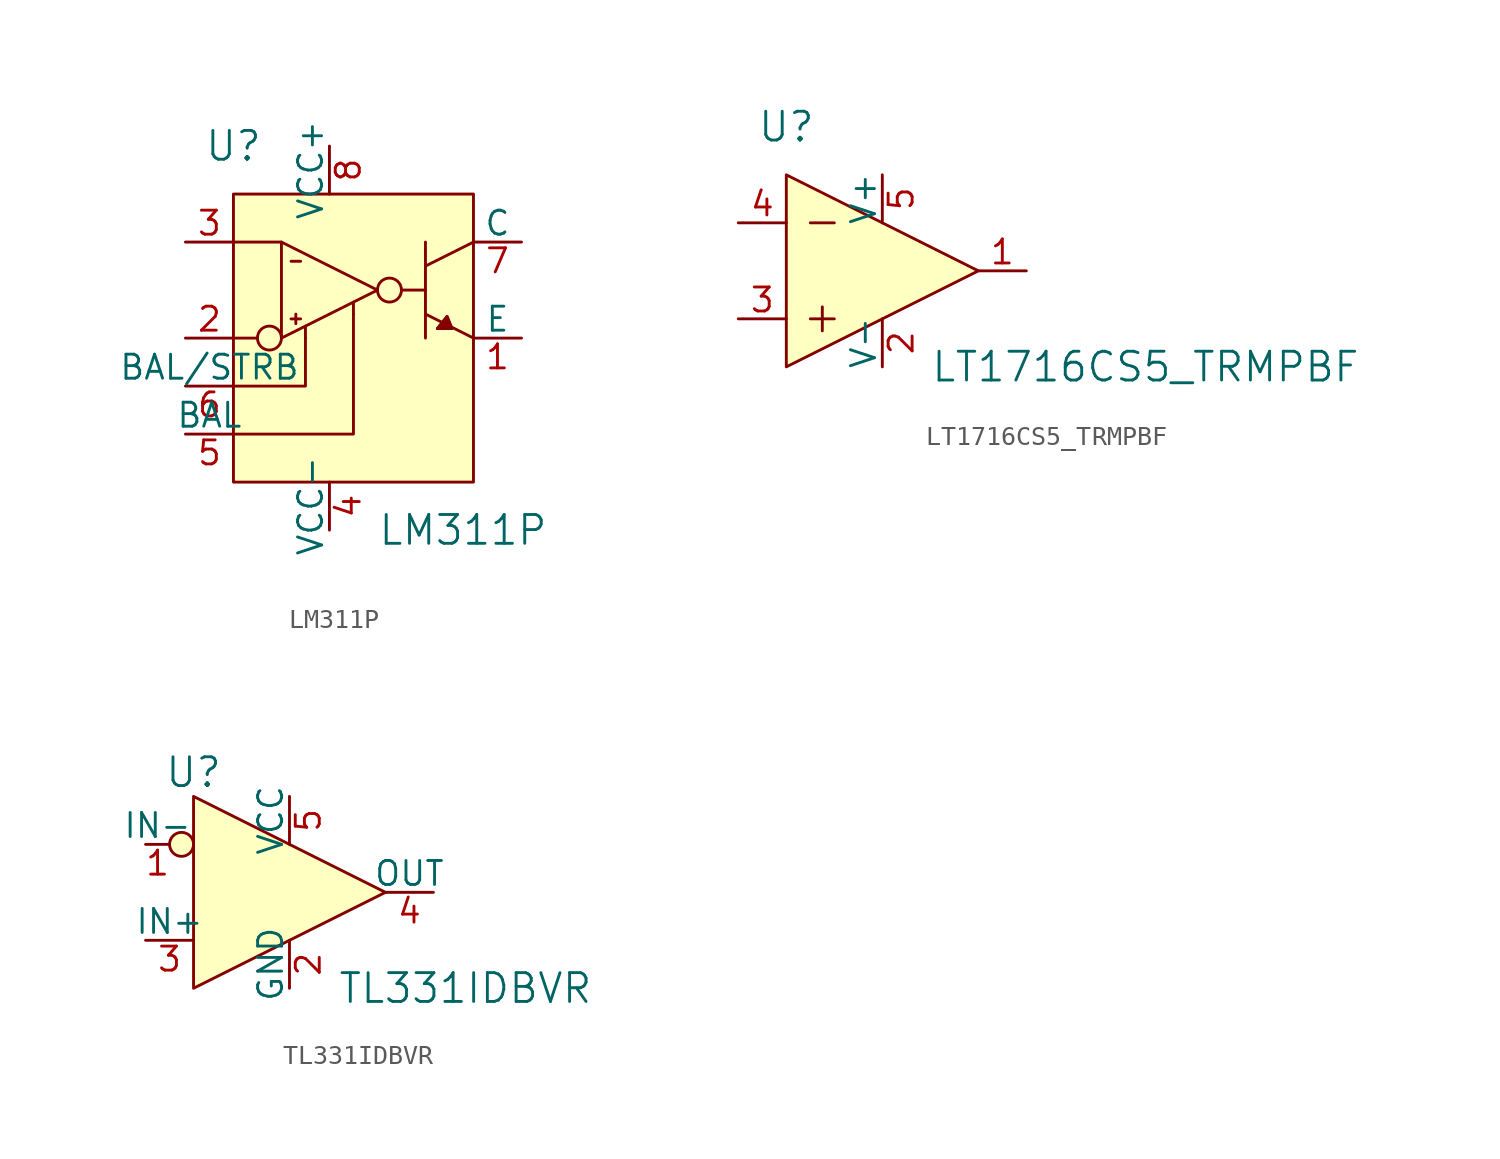
<source format=kicad_sym>
(kicad_symbol_lib
  (version 20220914)
  (generator kicad_symbol_editor)
  (symbol "LM311P"
    (pin_names
      (offset 0))
    (property "Reference" "U"
      (at -5.08 7.62 0)
      (effects (font (size 1.524 1.524))))
    (property "Value" "LM311P"
      (at 2.54 -12.7 0)
      (effects (font (size 1.524 1.524)) (justify left)))
    (symbol "LM311P_0_1"
      (rectangle (start -5.08 5.08) (end 7.62 -10.16) (stroke (width 0) (type solid)) (fill (type background)))
      (circle (center -3.175 -2.54) (radius 0.635) (stroke (width 0) (type solid)) (fill (type none)))
      (polyline (pts (xy -5.08 -2.54) (xy -3.81 -2.54)) (stroke (width 0) (type solid)) (fill (type none)))
      (polyline (pts (xy -2.54 2.54) (xy -5.08 2.54)) (stroke (width 0) (type solid)) (fill (type none)))
      (polyline (pts (xy -2.032 -1.524) (xy -1.524 -1.524)) (stroke (width 0) (type solid)) (fill (type none)))
      (polyline (pts (xy -2.032 1.524) (xy -1.524 1.524)) (stroke (width 0) (type solid)) (fill (type none)))
      (polyline (pts (xy -1.778 -1.27) (xy -1.778 -1.778)) (stroke (width 0) (type solid)) (fill (type none)))
      (polyline (pts (xy -1.27 -1.905) (xy -1.27 -2.54)) (stroke (width 0) (type solid)) (fill (type none)))
      (polyline (pts (xy 1.27 -0.635) (xy 1.27 -1.27)) (stroke (width 0) (type solid)) (fill (type none)))
      (polyline (pts (xy 5.08 0) (xy 3.81 0)) (stroke (width 0) (type solid)) (fill (type none)))
      (polyline (pts (xy 5.08 2.54) (xy 5.08 -2.54)) (stroke (width 0) (type solid)) (fill (type none)))
      (polyline (pts (xy 6.477 -2.032) (xy 5.715 -2.032)) (stroke (width 0) (type solid)) (fill (type none)))
      (polyline (pts (xy 7.62 -2.54) (xy 5.08 -1.27)) (stroke (width 0) (type solid)) (fill (type none)))
      (polyline (pts (xy 7.62 2.54) (xy 5.08 1.27)) (stroke (width 0) (type solid)) (fill (type none)))
      (polyline (pts (xy -5.08 -7.62) (xy 1.27 -7.62) (xy 1.27 -1.27)) (stroke (width 0) (type solid)) (fill (type none)))
      (polyline (pts (xy -5.08 -5.08) (xy -1.27 -5.08) (xy -1.27 -2.54)) (stroke (width 0) (type solid)) (fill (type none)))
      (polyline (pts (xy 6.477 -2.032) (xy 6.223 -1.397) (xy 5.715 -2.032)) (stroke (width 0) (type solid)) (fill (type none)))
      (polyline (pts (xy -2.54 2.54) (xy -2.54 -2.54) (xy 2.54 0) (xy -2.54 2.54)) (stroke (width 0) (type solid)) (fill (type none)))
      (polyline (pts (xy 6.477 -2.032) (xy 6.223 -1.397) (xy 5.715 -2.032) (xy 6.477 -2.032)) (stroke (width 0) (type solid)) (fill (type outline)))
      (circle (center 3.175 0) (radius 0.635) (stroke (width 0) (type solid)) (fill (type none))))
    (symbol "LM311P_1_1"
      (pin output line (at 10.16 -2.54 180) (length 2.54) (name "E" (effects (font (size 1.27 1.27)))) (number "1" (effects (font (size 1.27 1.27)))))
      (pin input line (at -7.62 -2.54 0) (length 2.54) (name "~" (effects (font (size 1.27 1.27)))) (number "2" (effects (font (size 1.27 1.27)))))
      (pin input line (at -7.62 2.54 0) (length 2.54) (name "~" (effects (font (size 1.27 1.27)))) (number "3" (effects (font (size 1.27 1.27)))))
      (pin power_in line (at 0 -12.7 90) (length 2.54) (name "VCC-" (effects (font (size 1.27 1.27)))) (number "4" (effects (font (size 1.27 1.27)))))
      (pin input line (at -7.62 -7.62 0) (length 2.54) (name "BAL" (effects (font (size 1.27 1.27)))) (number "5" (effects (font (size 1.27 1.27)))))
      (pin input line (at -7.62 -5.08 0) (length 2.54) (name "BAL/STRB" (effects (font (size 1.27 1.27)))) (number "6" (effects (font (size 1.27 1.27)))))
      (pin output line (at 10.16 2.54 180) (length 2.54) (name "C" (effects (font (size 1.27 1.27)))) (number "7" (effects (font (size 1.27 1.27)))))
      (pin power_in line (at 0 7.62 270) (length 2.54) (name "VCC+" (effects (font (size 1.27 1.27)))) (number "8" (effects (font (size 1.27 1.27)))))))
  (symbol "LT1716CS5_TRMPBF"
    (pin_names
      (offset 0))
    (property "Reference" "U"
      (at -5.08 7.62 0)
      (effects (font (size 1.524 1.524))))
    (property "Value" "LT1716CS5_TRMPBF"
      (at 2.54 -5.08 0)
      (effects (font (size 1.524 1.524)) (justify left)))
    (symbol "LT1716CS5_TRMPBF_0_1"
      (polyline (pts (xy -3.81 -2.54) (xy -2.54 -2.54)) (stroke (width 0) (type solid)) (fill (type none)))
      (polyline (pts (xy -3.81 2.54) (xy -2.54 2.54)) (stroke (width 0) (type solid)) (fill (type none)))
      (polyline (pts (xy -3.175 -1.905) (xy -3.175 -3.175)) (stroke (width 0) (type solid)) (fill (type none)))
      (polyline (pts (xy 5.08 0) (xy -5.08 5.08) (xy -5.08 -5.08) (xy 5.08 0)) (stroke (width 0) (type solid)) (fill (type background))))
    (symbol "LT1716CS5_TRMPBF_1_1"
      (pin output line (at 7.62 0 180) (length 2.54) (name "~" (effects (font (size 1.27 1.27)))) (number "1" (effects (font (size 1.27 1.27)))))
      (pin power_in line (at 0 -5.08 90) (length 2.54) (name "V-" (effects (font (size 1.27 1.27)))) (number "2" (effects (font (size 1.27 1.27)))))
      (pin input line (at -7.62 -2.54 0) (length 2.54) (name "~" (effects (font (size 1.27 1.27)))) (number "3" (effects (font (size 1.27 1.27)))))
      (pin input line (at -7.62 2.54 0) (length 2.54) (name "~" (effects (font (size 1.27 1.27)))) (number "4" (effects (font (size 1.27 1.27)))))
      (pin power_in line (at 0 5.08 270) (length 2.54) (name "V+" (effects (font (size 1.27 1.27)))) (number "5" (effects (font (size 1.27 1.27)))))))
  (symbol "TL331IDBVR"
    (pin_names
      (offset 0))
    (property "Reference" "U"
      (at -5.08 6.35 0)
      (effects (font (size 1.524 1.524))))
    (property "Value" "TL331IDBVR"
      (at 2.54 -5.08 0)
      (effects (font (size 1.524 1.524)) (justify left)))
    (symbol "TL331IDBVR_0_1"
      (circle (center -5.715 2.54) (radius 0.635) (stroke (width 0) (type solid)) (fill (type background)))
      (polyline (pts (xy 5.08 0) (xy -5.08 5.08) (xy -5.08 -5.08) (xy 5.08 0)) (stroke (width 0) (type solid)) (fill (type background))))
    (symbol "TL331IDBVR_1_1"
      (pin input line (at -7.62 2.54 0) (length 1.27) (name "IN-" (effects (font (size 1.27 1.27)))) (number "1" (effects (font (size 1.27 1.27)))))
      (pin power_in line (at 0 -5.08 90) (length 2.54) (name "GND" (effects (font (size 1.27 1.27)))) (number "2" (effects (font (size 1.27 1.27)))))
      (pin input line (at -7.62 -2.54 0) (length 2.54) (name "IN+" (effects (font (size 1.27 1.27)))) (number "3" (effects (font (size 1.27 1.27)))))
      (pin output line (at 7.62 0 180) (length 2.54) (name "OUT" (effects (font (size 1.27 1.27)))) (number "4" (effects (font (size 1.27 1.27)))))
      (pin power_in line (at 0 5.08 270) (length 2.54) (name "VCC" (effects (font (size 1.27 1.27)))) (number "5" (effects (font (size 1.27 1.27))))))))
</source>
